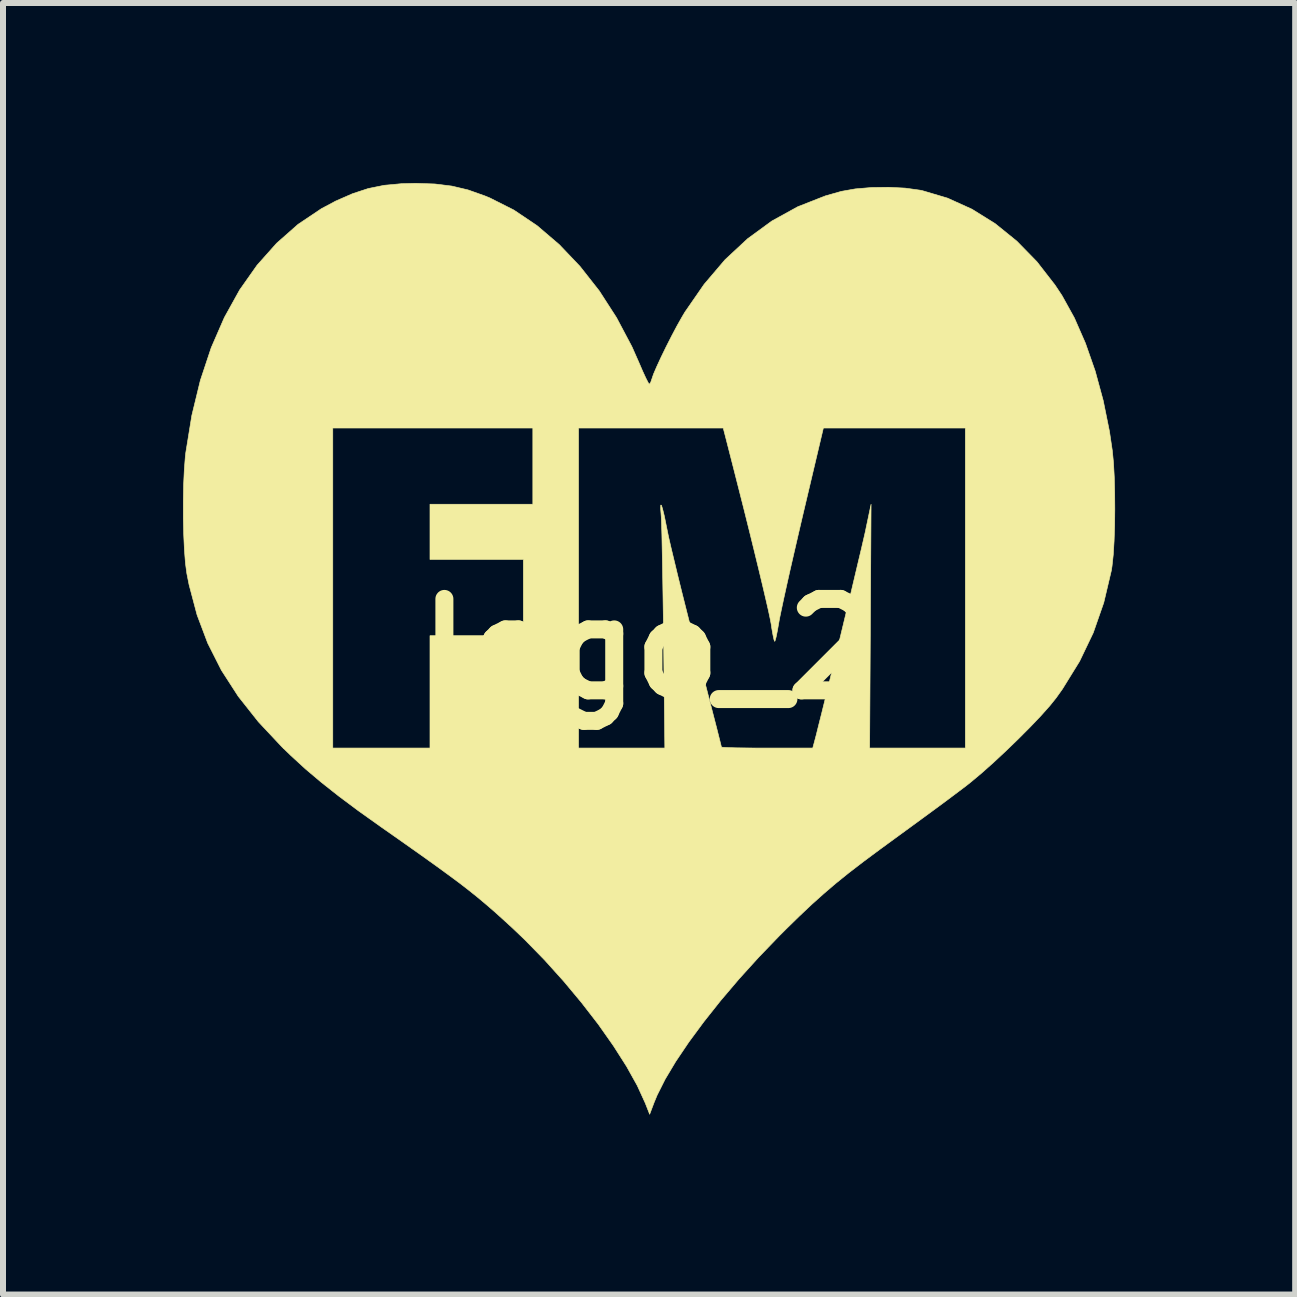
<source format=kicad_pcb>
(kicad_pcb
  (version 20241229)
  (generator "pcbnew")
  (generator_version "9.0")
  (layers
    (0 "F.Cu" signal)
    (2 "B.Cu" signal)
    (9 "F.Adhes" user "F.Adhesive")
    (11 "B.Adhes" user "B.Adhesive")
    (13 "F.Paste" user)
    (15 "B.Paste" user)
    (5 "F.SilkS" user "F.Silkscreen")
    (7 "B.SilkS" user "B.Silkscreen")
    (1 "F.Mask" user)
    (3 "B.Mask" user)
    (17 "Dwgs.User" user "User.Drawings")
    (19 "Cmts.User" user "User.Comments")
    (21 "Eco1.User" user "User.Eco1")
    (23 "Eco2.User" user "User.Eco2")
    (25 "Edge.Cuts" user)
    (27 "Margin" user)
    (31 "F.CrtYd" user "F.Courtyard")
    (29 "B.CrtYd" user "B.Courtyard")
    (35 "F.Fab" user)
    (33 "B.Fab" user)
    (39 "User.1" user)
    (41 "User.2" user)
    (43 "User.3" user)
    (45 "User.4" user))
  (footprint "logo_2"
    (layer "F.Cu")
    (at 7.767 7.766)
    (property "Reference" "logo_2" (at 0 0 0) (layer "F.SilkS") (effects (font (size 1.524 1.524) (thickness 0.3))))
    (attr through_hole)
    (fp_poly (pts (xy -3.57 -7.75) (xy -3.287 -7.715) (xy -3.017 -7.651) (xy -2.738 -7.552) (xy -2.655 -7.518) (xy -2.254 -7.316) (xy -1.867 -7.056) (xy -1.498 -6.741) (xy -1.152 -6.378) (xy -0.831 -5.97) (xy -0.542 -5.522) (xy -0.286 -5.039) (xy -0.167 -4.77) (xy -0.108 -4.633) (xy -0.056 -4.52) (xy -0.017 -4.443) (xy 0.003 -4.413) (xy 0.004 -4.413) (xy 0.026 -4.44) (xy 0.047 -4.501) (xy 0.075 -4.583) (xy 0.129 -4.708) (xy 0.201 -4.864) (xy 0.285 -5.037) (xy 0.375 -5.214) (xy 0.465 -5.384) (xy 0.549 -5.533) (xy 0.597 -5.614) (xy 0.918 -6.078) (xy 1.266 -6.487) (xy 1.643 -6.838) (xy 2.047 -7.133) (xy 2.479 -7.371) (xy 2.937 -7.551) (xy 3.205 -7.627) (xy 3.437 -7.668) (xy 3.707 -7.691) (xy 3.992 -7.695) (xy 4.268 -7.681) (xy 4.514 -7.647) (xy 4.554 -7.639) (xy 4.975 -7.514) (xy 5.381 -7.33) (xy 5.767 -7.09) (xy 6.129 -6.797) (xy 6.464 -6.454) (xy 6.766 -6.065) (xy 6.882 -5.89) (xy 7.088 -5.518) (xy 7.273 -5.095) (xy 7.435 -4.632) (xy 7.569 -4.139) (xy 7.673 -3.626) (xy 7.721 -3.302) (xy 7.74 -3.104) (xy 7.753 -2.867) (xy 7.76 -2.604) (xy 7.762 -2.329) (xy 7.759 -2.056) (xy 7.75 -1.798) (xy 7.736 -1.569) (xy 7.716 -1.383) (xy 7.705 -1.31) (xy 7.578 -0.773) (xy 7.403 -0.271) (xy 7.175 0.205) (xy 6.89 0.666) (xy 6.784 0.815) (xy 6.677 0.948) (xy 6.53 1.113) (xy 6.354 1.298) (xy 6.157 1.496) (xy 5.949 1.697) (xy 5.741 1.891) (xy 5.541 2.069) (xy 5.359 2.221) (xy 5.282 2.282) (xy 5.148 2.383) (xy 4.975 2.513) (xy 4.775 2.661) (xy 4.558 2.82) (xy 4.338 2.981) (xy 4.165 3.107) (xy 3.846 3.34) (xy 3.57 3.545) (xy 3.327 3.732) (xy 3.109 3.908) (xy 2.906 4.082) (xy 2.707 4.26) (xy 2.503 4.453) (xy 2.285 4.666) (xy 2.175 4.776) (xy 1.829 5.135) (xy 1.501 5.497) (xy 1.194 5.858) (xy 0.913 6.212) (xy 0.662 6.552) (xy 0.445 6.874) (xy 0.268 7.17) (xy 0.134 7.437) (xy 0.084 7.558) (xy 0.01 7.754) (xy -0.063 7.568) (xy -0.196 7.277) (xy -0.375 6.956) (xy -0.593 6.614) (xy -0.844 6.257) (xy -1.124 5.895) (xy -1.425 5.534) (xy -1.742 5.182) (xy -2.069 4.847) (xy -2.28 4.646) (xy -2.433 4.506) (xy -2.575 4.378) (xy -2.713 4.259) (xy -2.851 4.143) (xy -2.998 4.025) (xy -3.158 3.901) (xy -3.339 3.767) (xy -3.546 3.616) (xy -3.785 3.445) (xy -4.062 3.249) (xy -4.385 3.022) (xy -4.468 2.964) (xy -4.843 2.697) (xy -5.171 2.452) (xy -5.462 2.222) (xy -5.725 2) (xy -5.968 1.777) (xy -6.115 1.635) (xy -6.511 1.213) (xy -6.847 0.788) (xy -7.127 0.354) (xy -7.355 -0.097) (xy -7.533 -0.569) (xy -7.666 -1.071) (xy -7.703 -1.257) (xy -7.726 -1.428) (xy -7.743 -1.647) (xy -7.755 -1.901) (xy -7.762 -2.177) (xy -7.762 -2.46) (xy -7.757 -2.736) (xy -7.745 -2.991) (xy -7.728 -3.21) (xy -7.721 -3.27) (xy -7.654 -3.683) (xy -5.271 -3.683) (xy -5.271 1.651) (xy -3.651 1.651) (xy -3.651 -0.222) (xy -2.095 -0.222) (xy -2.095 -1.492) (xy -3.651 -1.492) (xy -3.651 -2.413) (xy -1.937 -2.413) (xy -1.937 -3.683) (xy -1.175 -3.683) (xy -1.175 1.651) (xy 0.263 1.651) (xy 0.242 -0.183) (xy 0.238 -0.525) (xy 0.233 -0.854) (xy 0.228 -1.162) (xy 0.223 -1.444) (xy 0.218 -1.694) (xy 0.214 -1.903) (xy 0.209 -2.067) (xy 0.205 -2.178) (xy 0.202 -2.223) (xy 0.193 -2.341) (xy 0.195 -2.398) (xy 0.206 -2.396) (xy 0.225 -2.335) (xy 0.254 -2.218) (xy 0.289 -2.045) (xy 0.302 -1.981) (xy 0.325 -1.868) (xy 0.363 -1.702) (xy 0.414 -1.49) (xy 0.474 -1.24) (xy 0.543 -0.96) (xy 0.619 -0.658) (xy 0.699 -0.341) (xy 0.782 -0.018) (xy 0.793 0.024) (xy 0.873 0.331) (xy 0.947 0.62) (xy 1.015 0.884) (xy 1.075 1.117) (xy 1.126 1.314) (xy 1.165 1.469) (xy 1.192 1.576) (xy 1.205 1.63) (xy 1.206 1.635) (xy 1.237 1.639) (xy 1.322 1.643) (xy 1.453 1.647) (xy 1.622 1.649) (xy 1.819 1.651) (xy 1.967 1.651) (xy 2.728 1.651) (xy 2.76 1.532) (xy 2.788 1.426) (xy 2.827 1.268) (xy 2.878 1.066) (xy 2.937 0.827) (xy 3.002 0.559) (xy 3.073 0.271) (xy 3.146 -0.031) (xy 3.22 -0.337) (xy 3.293 -0.641) (xy 3.364 -0.934) (xy 3.429 -1.209) (xy 3.488 -1.458) (xy 3.539 -1.672) (xy 3.579 -1.845) (xy 3.607 -1.967) (xy 3.615 -2.008) (xy 3.7 -2.412) (xy 3.676 1.651) (xy 5.271 1.651) (xy 5.271 -3.683) (xy 4.088 -3.683) (xy 2.905 -3.683) (xy 2.558 -2.215) (xy 2.486 -1.906) (xy 2.417 -1.607) (xy 2.352 -1.324) (xy 2.294 -1.065) (xy 2.244 -0.838) (xy 2.204 -0.65) (xy 2.175 -0.51) (xy 2.162 -0.437) (xy 2.139 -0.306) (xy 2.118 -0.202) (xy 2.101 -0.14) (xy 2.094 -0.127) (xy 2.082 -0.156) (xy 2.065 -0.234) (xy 2.045 -0.347) (xy 2.037 -0.405) (xy 2.021 -0.491) (xy 1.991 -0.633) (xy 1.947 -0.825) (xy 1.892 -1.06) (xy 1.827 -1.332) (xy 1.753 -1.636) (xy 1.672 -1.966) (xy 1.585 -2.315) (xy 1.493 -2.678) (xy 1.399 -3.048) (xy 1.304 -3.42) (xy 1.267 -3.564) (xy 1.236 -3.683) (xy -1.175 -3.683) (xy -1.937 -3.683) (xy -5.271 -3.683) (xy -7.654 -3.683) (xy -7.62 -3.892) (xy -7.478 -4.476) (xy -7.297 -5.021) (xy -7.078 -5.524) (xy -6.823 -5.984) (xy -6.532 -6.397) (xy -6.207 -6.762) (xy -5.85 -7.077) (xy -5.461 -7.338) (xy -5.223 -7.465) (xy -4.942 -7.588) (xy -4.68 -7.674) (xy -4.414 -7.728) (xy -4.124 -7.755) (xy -3.889 -7.761) (xy -3.57 -7.75)) (stroke (width 0.01) (type solid)) (fill yes) (layer "F.SilkS")))
  (gr_rect
    (start -3 -3)
    (end 18.535 18.524)
    (stroke (width 0.1) (type default))
    (fill no)
    (layer "Edge.Cuts")))
</source>
